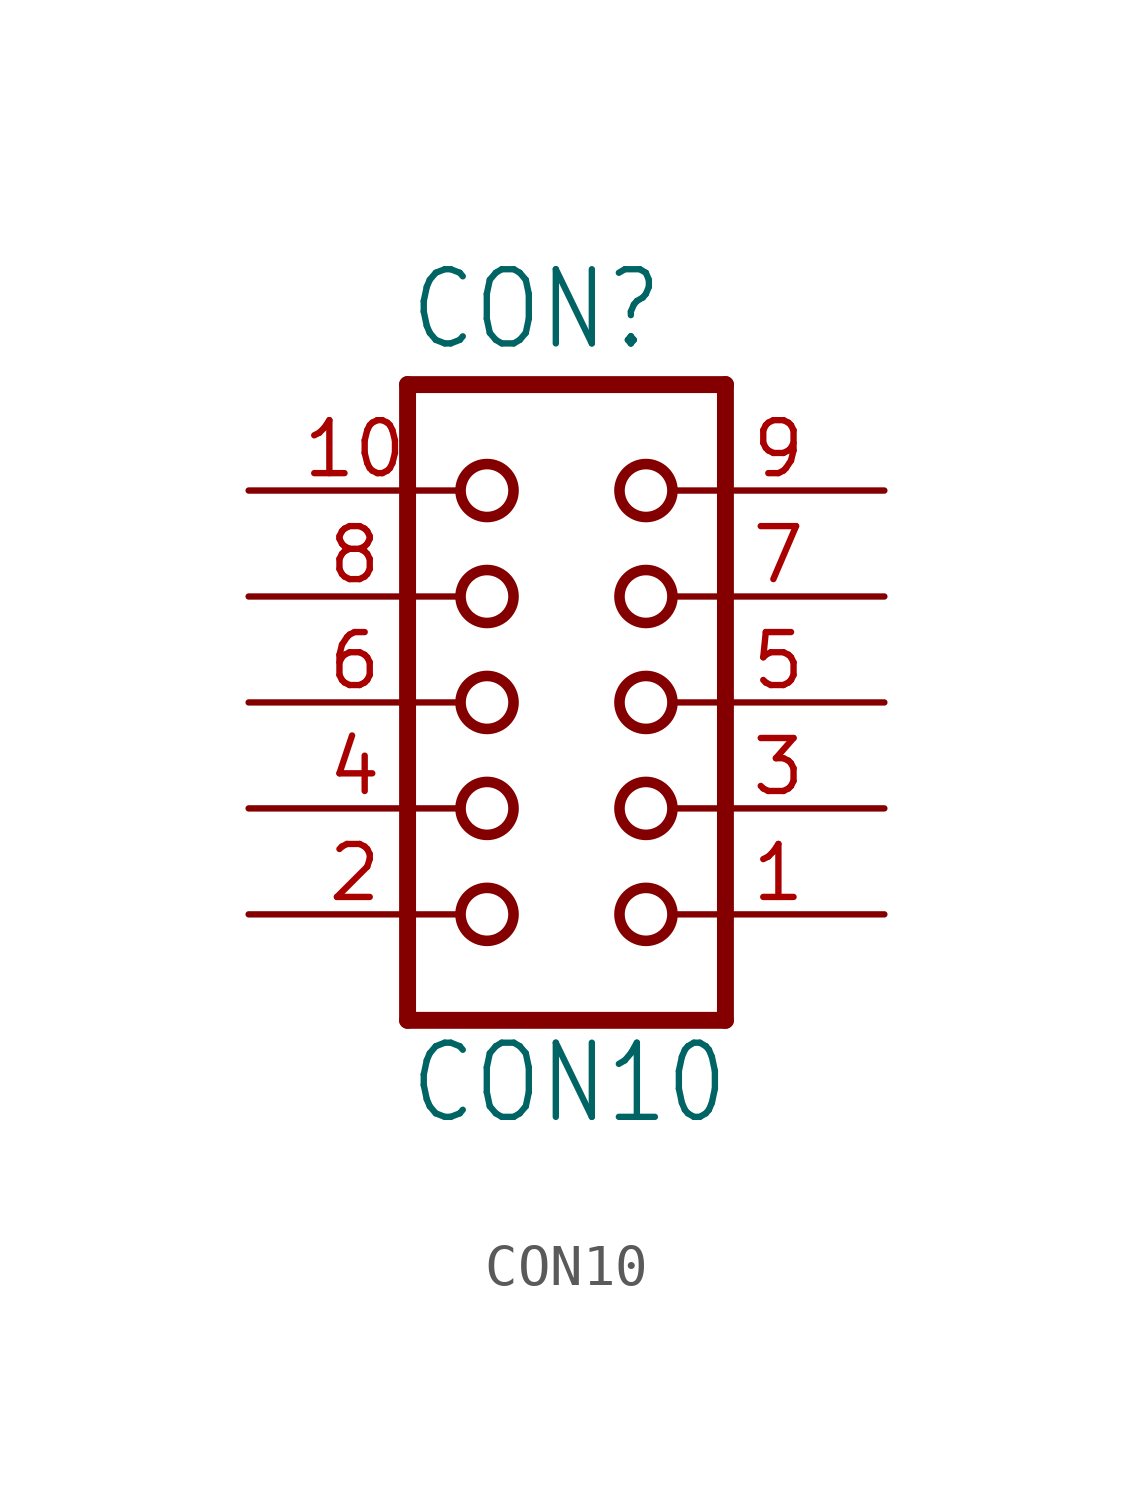
<source format=kicad_sym>
(kicad_symbol_lib
  (version 20211014)
  (generator kicad_symbol_editor)
  (symbol "CON10"
    (property "Reference" "CON"
      (at -3.81 8.382 0)
      (effects (font (size 1.778 1.511)) (justify left bottom)))
    (property "Value" "CON10"
      (at -3.81 -10.16 0)
      (effects (font (size 1.778 1.511)) (justify left bottom)))
    (property "ki_locked" ""
      (at 0 0 0)
      (effects (font (size 1.27 1.27))))
    (symbol "CON10_1_0"
      (circle (center -1.905 -5.08) (radius 0.635) (stroke (width 0.254) (type default) (color 0 0 0 0)) (fill (type none)))
      (circle (center -1.905 -2.54) (radius 0.635) (stroke (width 0.254) (type default) (color 0 0 0 0)) (fill (type none)))
      (circle (center -1.905 0) (radius 0.635) (stroke (width 0.254) (type default) (color 0 0 0 0)) (fill (type none)))
      (circle (center -1.905 2.54) (radius 0.635) (stroke (width 0.254) (type default) (color 0 0 0 0)) (fill (type none)))
      (circle (center -1.905 5.08) (radius 0.635) (stroke (width 0.254) (type default) (color 0 0 0 0)) (fill (type none)))
      (polyline (pts (xy -3.81 7.62) (xy -3.81 -7.62)) (stroke (width 0.406) (type default) (color 0 0 0 0)) (fill (type none)))
      (polyline (pts (xy -3.81 7.62) (xy 3.81 7.62)) (stroke (width 0.406) (type default) (color 0 0 0 0)) (fill (type none)))
      (polyline (pts (xy 3.81 -7.62) (xy -3.81 -7.62)) (stroke (width 0.406) (type default) (color 0 0 0 0)) (fill (type none)))
      (polyline (pts (xy 3.81 -7.62) (xy 3.81 7.62)) (stroke (width 0.406) (type default) (color 0 0 0 0)) (fill (type none)))
      (circle (center 1.905 -5.08) (radius 0.635) (stroke (width 0.254) (type default) (color 0 0 0 0)) (fill (type none)))
      (circle (center 1.905 -2.54) (radius 0.635) (stroke (width 0.254) (type default) (color 0 0 0 0)) (fill (type none)))
      (circle (center 1.905 0) (radius 0.635) (stroke (width 0.254) (type default) (color 0 0 0 0)) (fill (type none)))
      (circle (center 1.905 2.54) (radius 0.635) (stroke (width 0.254) (type default) (color 0 0 0 0)) (fill (type none)))
      (circle (center 1.905 5.08) (radius 0.635) (stroke (width 0.254) (type default) (color 0 0 0 0)) (fill (type none)))
      (pin passive line (at 7.62 -5.08 180) (length 5.08) (name "1" (effects (font (size 0 0)))) (number "1" (effects (font (size 1.27 1.27)))))
      (pin passive line (at -7.62 5.08 0) (length 5.08) (name "10" (effects (font (size 0 0)))) (number "10" (effects (font (size 1.27 1.27)))))
      (pin passive line (at -7.62 -5.08 0) (length 5.08) (name "2" (effects (font (size 0 0)))) (number "2" (effects (font (size 1.27 1.27)))))
      (pin passive line (at 7.62 -2.54 180) (length 5.08) (name "3" (effects (font (size 0 0)))) (number "3" (effects (font (size 1.27 1.27)))))
      (pin passive line (at -7.62 -2.54 0) (length 5.08) (name "4" (effects (font (size 0 0)))) (number "4" (effects (font (size 1.27 1.27)))))
      (pin passive line (at 7.62 0 180) (length 5.08) (name "5" (effects (font (size 0 0)))) (number "5" (effects (font (size 1.27 1.27)))))
      (pin passive line (at -7.62 0 0) (length 5.08) (name "6" (effects (font (size 0 0)))) (number "6" (effects (font (size 1.27 1.27)))))
      (pin passive line (at 7.62 2.54 180) (length 5.08) (name "7" (effects (font (size 0 0)))) (number "7" (effects (font (size 1.27 1.27)))))
      (pin passive line (at -7.62 2.54 0) (length 5.08) (name "8" (effects (font (size 0 0)))) (number "8" (effects (font (size 1.27 1.27)))))
      (pin passive line (at 7.62 5.08 180) (length 5.08) (name "9" (effects (font (size 0 0)))) (number "9" (effects (font (size 1.27 1.27))))))))
</source>
